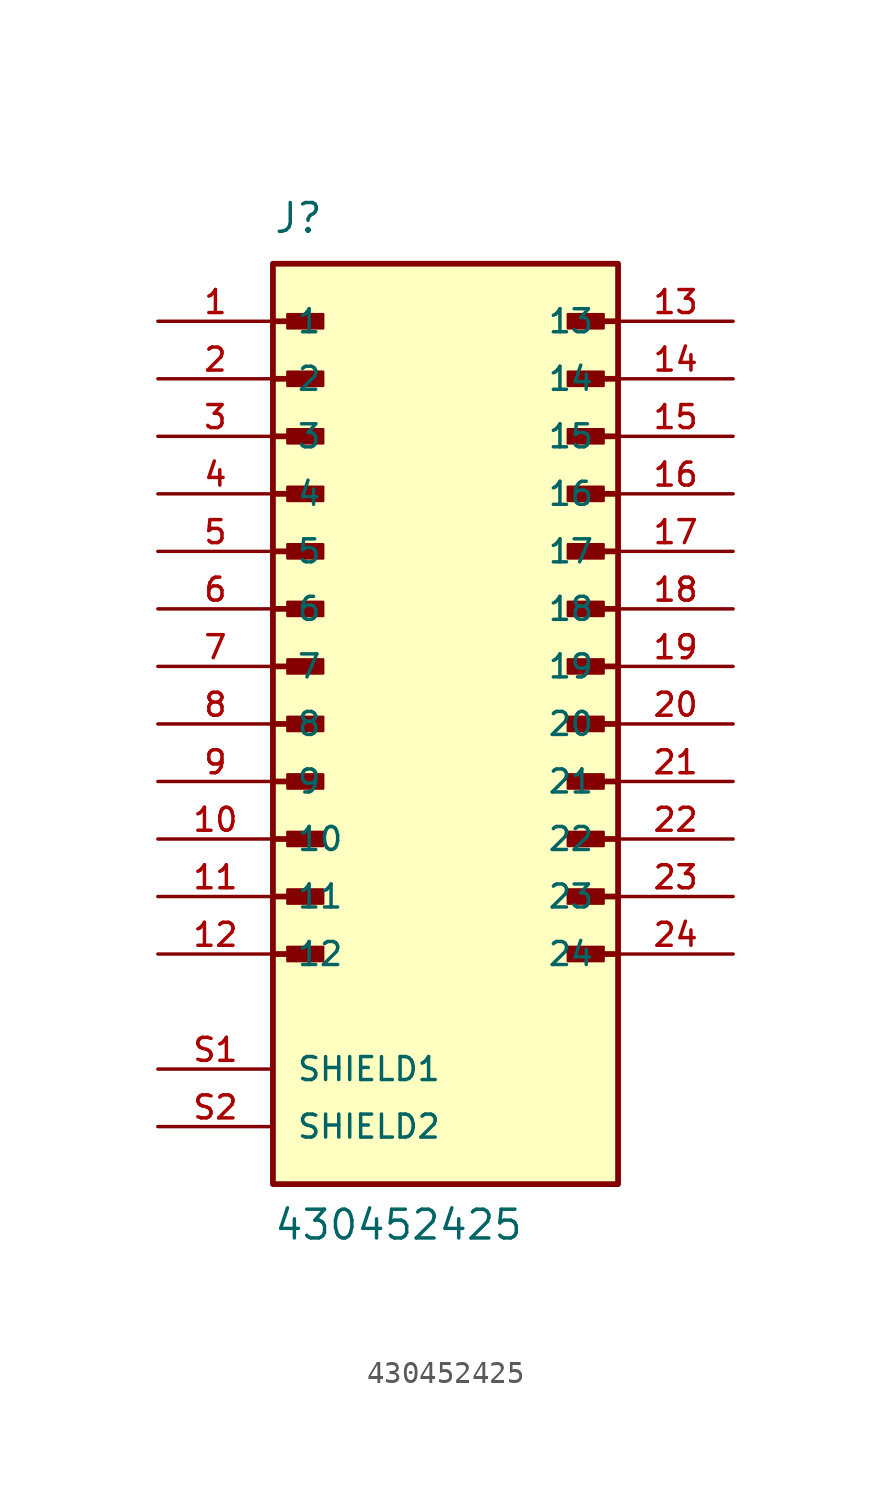
<source format=kicad_sym>
(kicad_symbol_lib
  (version 20211014)
  (generator kicad_symbol_editor)
  (symbol "430452425"
    (pin_names
      (offset 1.016))
    (property "Reference" "J"
      (at -7.62 21.59 0)
      (effects (font (size 1.27 1.27)) (justify bottom left)))
    (property "Value" "430452425"
      (at -7.62 -22.86 0)
      (effects (font (size 1.27 1.27)) (justify bottom left)))
    (symbol "430452425_0_0"
      (polyline (pts (xy -7.62 17.78) (xy -5.715 17.78)) (stroke (width 0.254)))
      (rectangle (start -6.985 17.462) (end -5.397 18.098) (stroke (width 0.1)) (fill (type outline)))
      (polyline (pts (xy -7.62 15.24) (xy -5.715 15.24)) (stroke (width 0.254)))
      (rectangle (start -6.985 14.922) (end -5.397 15.557) (stroke (width 0.1)) (fill (type outline)))
      (polyline (pts (xy -7.62 12.7) (xy -5.715 12.7)) (stroke (width 0.254)))
      (rectangle (start -6.985 12.383) (end -5.397 13.018) (stroke (width 0.1)) (fill (type outline)))
      (polyline (pts (xy -7.62 10.16) (xy -5.715 10.16)) (stroke (width 0.254)))
      (rectangle (start -6.985 9.842) (end -5.397 10.477) (stroke (width 0.1)) (fill (type outline)))
      (polyline (pts (xy -7.62 7.62) (xy -5.715 7.62)) (stroke (width 0.254)))
      (rectangle (start -6.985 7.303) (end -5.397 7.938) (stroke (width 0.1)) (fill (type outline)))
      (polyline (pts (xy -7.62 5.08) (xy -5.715 5.08)) (stroke (width 0.254)))
      (rectangle (start -6.985 4.763) (end -5.397 5.397) (stroke (width 0.1)) (fill (type outline)))
      (polyline (pts (xy -7.62 2.54) (xy -5.715 2.54)) (stroke (width 0.254)))
      (rectangle (start -6.985 2.223) (end -5.397 2.857) (stroke (width 0.1)) (fill (type outline)))
      (polyline (pts (xy -7.62 0.0) (xy -5.715 0.0)) (stroke (width 0.254)))
      (rectangle (start -6.985 -0.318) (end -5.397 0.318) (stroke (width 0.1)) (fill (type outline)))
      (polyline (pts (xy -7.62 -2.54) (xy -5.715 -2.54)) (stroke (width 0.254)))
      (rectangle (start -6.985 -2.857) (end -5.397 -2.223) (stroke (width 0.1)) (fill (type outline)))
      (polyline (pts (xy -7.62 -5.08) (xy -5.715 -5.08)) (stroke (width 0.254)))
      (rectangle (start -6.985 -5.397) (end -5.397 -4.763) (stroke (width 0.1)) (fill (type outline)))
      (polyline (pts (xy -7.62 -7.62) (xy -5.715 -7.62)) (stroke (width 0.254)))
      (rectangle (start -6.985 -7.938) (end -5.397 -7.303) (stroke (width 0.1)) (fill (type outline)))
      (polyline (pts (xy -7.62 -10.16) (xy -5.715 -10.16)) (stroke (width 0.254)))
      (rectangle (start -6.985 -10.477) (end -5.397 -9.842) (stroke (width 0.1)) (fill (type outline)))
      (polyline (pts (xy 7.62 17.78) (xy 5.715 17.78)) (stroke (width 0.254)))
      (rectangle (start 5.397 17.462) (end 6.985 18.098) (stroke (width 0.1)) (fill (type outline)))
      (polyline (pts (xy 7.62 15.24) (xy 5.715 15.24)) (stroke (width 0.254)))
      (rectangle (start 5.397 14.922) (end 6.985 15.557) (stroke (width 0.1)) (fill (type outline)))
      (polyline (pts (xy 7.62 12.7) (xy 5.715 12.7)) (stroke (width 0.254)))
      (rectangle (start 5.397 12.383) (end 6.985 13.018) (stroke (width 0.1)) (fill (type outline)))
      (polyline (pts (xy 7.62 10.16) (xy 5.715 10.16)) (stroke (width 0.254)))
      (rectangle (start 5.397 9.842) (end 6.985 10.477) (stroke (width 0.1)) (fill (type outline)))
      (polyline (pts (xy 7.62 7.62) (xy 5.715 7.62)) (stroke (width 0.254)))
      (rectangle (start 5.397 7.303) (end 6.985 7.938) (stroke (width 0.1)) (fill (type outline)))
      (polyline (pts (xy 7.62 5.08) (xy 5.715 5.08)) (stroke (width 0.254)))
      (rectangle (start 5.397 4.763) (end 6.985 5.397) (stroke (width 0.1)) (fill (type outline)))
      (polyline (pts (xy 7.62 2.54) (xy 5.715 2.54)) (stroke (width 0.254)))
      (rectangle (start 5.397 2.223) (end 6.985 2.857) (stroke (width 0.1)) (fill (type outline)))
      (polyline (pts (xy 7.62 0.0) (xy 5.715 0.0)) (stroke (width 0.254)))
      (rectangle (start 5.397 -0.318) (end 6.985 0.318) (stroke (width 0.1)) (fill (type outline)))
      (polyline (pts (xy 7.62 -2.54) (xy 5.715 -2.54)) (stroke (width 0.254)))
      (rectangle (start 5.397 -2.857) (end 6.985 -2.223) (stroke (width 0.1)) (fill (type outline)))
      (polyline (pts (xy 7.62 -5.08) (xy 5.715 -5.08)) (stroke (width 0.254)))
      (rectangle (start 5.397 -5.397) (end 6.985 -4.763) (stroke (width 0.1)) (fill (type outline)))
      (polyline (pts (xy 7.62 -7.62) (xy 5.715 -7.62)) (stroke (width 0.254)))
      (rectangle (start 5.397 -7.938) (end 6.985 -7.303) (stroke (width 0.1)) (fill (type outline)))
      (polyline (pts (xy 7.62 -10.16) (xy 5.715 -10.16)) (stroke (width 0.254)))
      (rectangle (start 5.397 -10.477) (end 6.985 -9.842) (stroke (width 0.1)) (fill (type outline)))
      (rectangle (start -7.62 -20.32) (end 7.62 20.32) (stroke (width 0.254)) (fill (type background)))
      (pin passive line (at -12.7 17.78 0) (length 5.08) (name "1" (effects (font (size 1.016 1.016)))) (number "1" (effects (font (size 1.016 1.016)))))
      (pin passive line (at -12.7 15.24 0) (length 5.08) (name "2" (effects (font (size 1.016 1.016)))) (number "2" (effects (font (size 1.016 1.016)))))
      (pin passive line (at -12.7 12.7 0) (length 5.08) (name "3" (effects (font (size 1.016 1.016)))) (number "3" (effects (font (size 1.016 1.016)))))
      (pin passive line (at -12.7 10.16 0) (length 5.08) (name "4" (effects (font (size 1.016 1.016)))) (number "4" (effects (font (size 1.016 1.016)))))
      (pin passive line (at -12.7 7.62 0) (length 5.08) (name "5" (effects (font (size 1.016 1.016)))) (number "5" (effects (font (size 1.016 1.016)))))
      (pin passive line (at -12.7 5.08 0) (length 5.08) (name "6" (effects (font (size 1.016 1.016)))) (number "6" (effects (font (size 1.016 1.016)))))
      (pin passive line (at -12.7 2.54 0) (length 5.08) (name "7" (effects (font (size 1.016 1.016)))) (number "7" (effects (font (size 1.016 1.016)))))
      (pin passive line (at -12.7 0.0 0) (length 5.08) (name "8" (effects (font (size 1.016 1.016)))) (number "8" (effects (font (size 1.016 1.016)))))
      (pin passive line (at -12.7 -2.54 0) (length 5.08) (name "9" (effects (font (size 1.016 1.016)))) (number "9" (effects (font (size 1.016 1.016)))))
      (pin passive line (at -12.7 -5.08 0) (length 5.08) (name "10" (effects (font (size 1.016 1.016)))) (number "10" (effects (font (size 1.016 1.016)))))
      (pin passive line (at -12.7 -7.62 0) (length 5.08) (name "11" (effects (font (size 1.016 1.016)))) (number "11" (effects (font (size 1.016 1.016)))))
      (pin passive line (at -12.7 -10.16 0) (length 5.08) (name "12" (effects (font (size 1.016 1.016)))) (number "12" (effects (font (size 1.016 1.016)))))
      (pin passive line (at 12.7 17.78 180.0) (length 5.08) (name "13" (effects (font (size 1.016 1.016)))) (number "13" (effects (font (size 1.016 1.016)))))
      (pin passive line (at 12.7 15.24 180.0) (length 5.08) (name "14" (effects (font (size 1.016 1.016)))) (number "14" (effects (font (size 1.016 1.016)))))
      (pin passive line (at 12.7 12.7 180.0) (length 5.08) (name "15" (effects (font (size 1.016 1.016)))) (number "15" (effects (font (size 1.016 1.016)))))
      (pin passive line (at 12.7 10.16 180.0) (length 5.08) (name "16" (effects (font (size 1.016 1.016)))) (number "16" (effects (font (size 1.016 1.016)))))
      (pin passive line (at 12.7 7.62 180.0) (length 5.08) (name "17" (effects (font (size 1.016 1.016)))) (number "17" (effects (font (size 1.016 1.016)))))
      (pin passive line (at 12.7 5.08 180.0) (length 5.08) (name "18" (effects (font (size 1.016 1.016)))) (number "18" (effects (font (size 1.016 1.016)))))
      (pin passive line (at 12.7 2.54 180.0) (length 5.08) (name "19" (effects (font (size 1.016 1.016)))) (number "19" (effects (font (size 1.016 1.016)))))
      (pin passive line (at 12.7 0.0 180.0) (length 5.08) (name "20" (effects (font (size 1.016 1.016)))) (number "20" (effects (font (size 1.016 1.016)))))
      (pin passive line (at 12.7 -2.54 180.0) (length 5.08) (name "21" (effects (font (size 1.016 1.016)))) (number "21" (effects (font (size 1.016 1.016)))))
      (pin passive line (at 12.7 -5.08 180.0) (length 5.08) (name "22" (effects (font (size 1.016 1.016)))) (number "22" (effects (font (size 1.016 1.016)))))
      (pin passive line (at 12.7 -7.62 180.0) (length 5.08) (name "23" (effects (font (size 1.016 1.016)))) (number "23" (effects (font (size 1.016 1.016)))))
      (pin passive line (at 12.7 -10.16 180.0) (length 5.08) (name "24" (effects (font (size 1.016 1.016)))) (number "24" (effects (font (size 1.016 1.016)))))
      (pin passive line (at -12.7 -15.24 0) (length 5.08) (name "SHIELD1" (effects (font (size 1.016 1.016)))) (number "S1" (effects (font (size 1.016 1.016)))))
      (pin passive line (at -12.7 -17.78 0) (length 5.08) (name "SHIELD2" (effects (font (size 1.016 1.016)))) (number "S2" (effects (font (size 1.016 1.016))))))))
</source>
